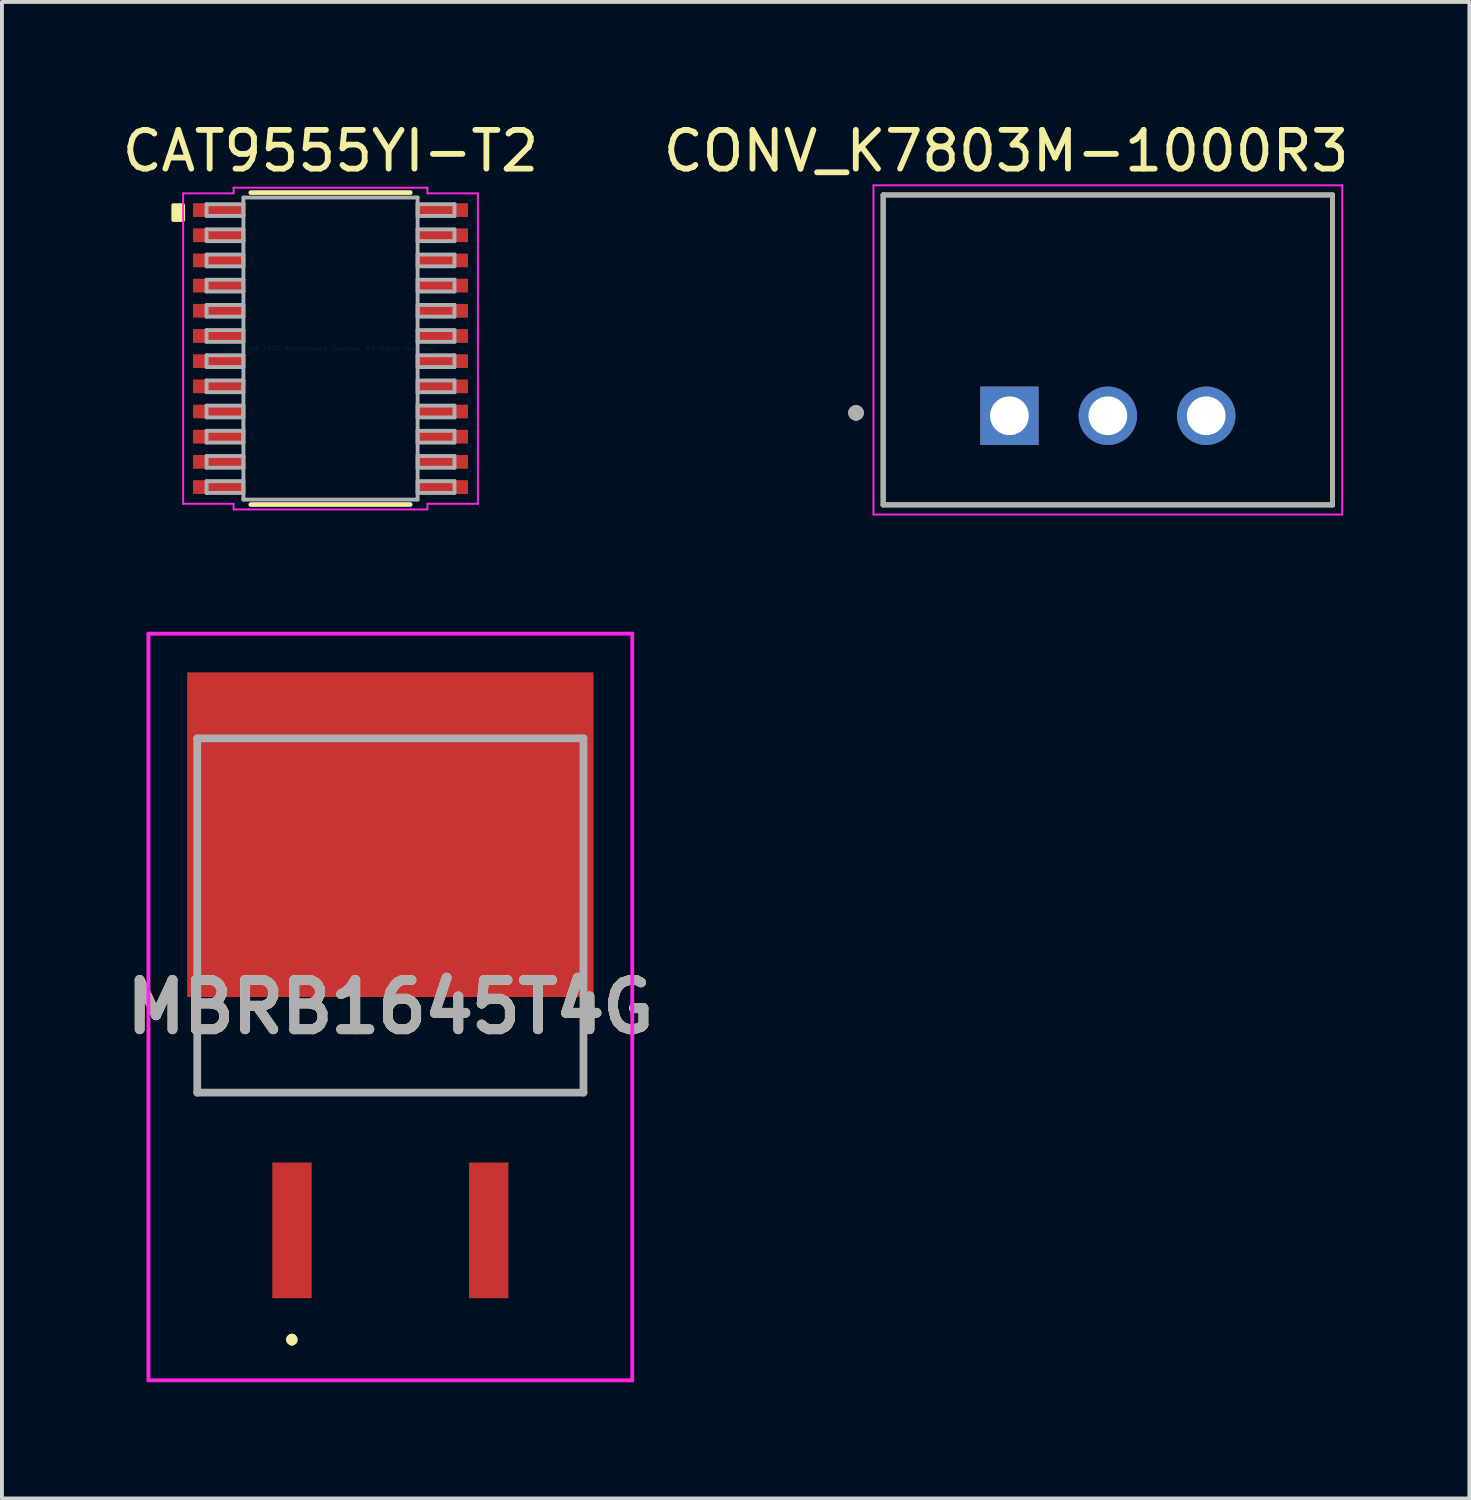
<source format=kicad_pcb>
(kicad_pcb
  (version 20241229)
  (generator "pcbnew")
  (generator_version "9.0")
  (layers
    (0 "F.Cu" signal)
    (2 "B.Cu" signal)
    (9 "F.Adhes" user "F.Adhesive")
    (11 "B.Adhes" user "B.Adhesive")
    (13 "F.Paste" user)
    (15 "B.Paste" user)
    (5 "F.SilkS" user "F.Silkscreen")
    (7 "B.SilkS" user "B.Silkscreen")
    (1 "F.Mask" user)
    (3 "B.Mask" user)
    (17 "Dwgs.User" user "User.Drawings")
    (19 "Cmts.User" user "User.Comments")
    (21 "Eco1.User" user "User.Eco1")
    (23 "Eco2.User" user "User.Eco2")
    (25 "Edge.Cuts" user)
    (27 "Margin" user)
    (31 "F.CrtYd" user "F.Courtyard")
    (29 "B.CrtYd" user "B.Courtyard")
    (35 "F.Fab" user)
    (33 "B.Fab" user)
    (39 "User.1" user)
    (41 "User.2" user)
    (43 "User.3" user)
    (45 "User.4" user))
  (footprint "CONV_K7803M-1000R3"
    (layer "F.Cu")
    (at 25.548 5.983)
    (property "Reference" "CONV_K7803M-1000R3" (at -2.625 -5.135 0) (layer "F.SilkS") (effects (font (size 1 1) (thickness 0.15))))
    (attr through_hole)
    (fp_line (start -5.8 -4) (end 5.8 -4) (stroke (width 0.127) (type solid)) (layer "F.SilkS"))
    (fp_line (start -5.8 4) (end -5.8 -4) (stroke (width 0.127) (type solid)) (layer "F.SilkS"))
    (fp_line (start 5.8 -4) (end 5.8 4) (stroke (width 0.127) (type solid)) (layer "F.SilkS"))
    (fp_line (start 5.8 4) (end -5.8 4) (stroke (width 0.127) (type solid)) (layer "F.SilkS"))
    (fp_circle (center -6.5 1.625) (end -6.4 1.625) (stroke (width 0.2) (type solid)) (fill no) (layer "F.SilkS"))
    (fp_line (start -6.05 -4.25) (end 6.05 -4.25) (stroke (width 0.05) (type solid)) (layer "F.CrtYd"))
    (fp_line (start -6.05 4.25) (end -6.05 -4.25) (stroke (width 0.05) (type solid)) (layer "F.CrtYd"))
    (fp_line (start 6.05 -4.25) (end 6.05 4.25) (stroke (width 0.05) (type solid)) (layer "F.CrtYd"))
    (fp_line (start 6.05 4.25) (end -6.05 4.25) (stroke (width 0.05) (type solid)) (layer "F.CrtYd"))
    (fp_line (start -5.8 -4) (end -5.8 4) (stroke (width 0.127) (type solid)) (layer "F.Fab"))
    (fp_line (start -5.8 -4) (end 5.8 -4) (stroke (width 0.127) (type solid)) (layer "F.Fab"))
    (fp_line (start -5.8 4) (end 5.8 4) (stroke (width 0.127) (type solid)) (layer "F.Fab"))
    (fp_line (start 5.8 4) (end 5.8 -4) (stroke (width 0.127) (type solid)) (layer "F.Fab"))
    (fp_circle (center -6.5 1.625) (end -6.4 1.625) (stroke (width 0.2) (type solid)) (fill no) (layer "F.Fab"))
    (pad "1" thru_hole rect (at -2.54 1.7) (size 1.508 1.508) (drill 1) (layers "*.Cu" "*.Mask"))
    (pad "2" thru_hole circle (at 0 1.7) (size 1.508 1.508) (drill 1) (layers "*.Cu" "*.Mask"))
    (pad "3" thru_hole circle (at 2.54 1.7) (size 1.508 1.508) (drill 1) (layers "*.Cu" "*.Mask")))
  (footprint "MBRB1645T4G"
    (layer "F.Cu")
    (at 7.027 20.582)
    (property "Reference" "MBRB1645T4G" (at 0 2.363 0) (layer "F.SilkS") (effects (font (size 1.27 1.27) (thickness 0.254))))
    (attr smd)
    (fp_line (start -5 2.75) (end -5 4.573) (stroke (width 0.1) (type solid)) (layer "F.SilkS"))
    (fp_line (start -5 4.573) (end -4.985 4.573) (stroke (width 0.1) (type solid)) (layer "F.SilkS"))
    (fp_line (start -4.985 2.75) (end -5 2.75) (stroke (width 0.1) (type solid)) (layer "F.SilkS"))
    (fp_line (start -4.985 4.573) (end -4.985 2.75) (stroke (width 0.1) (type solid)) (layer "F.SilkS"))
    (fp_line (start -4.985 4.573) (end -4.985 4.573) (stroke (width 0.1) (type solid)) (layer "F.SilkS"))
    (fp_line (start -4.985 4.573) (end 4.985 4.573) (stroke (width 0.1) (type solid)) (layer "F.SilkS"))
    (fp_line (start -2.54 10.9) (end -2.54 10.9) (stroke (width 0.2) (type solid)) (layer "F.SilkS"))
    (fp_line (start -2.54 10.9) (end -2.54 10.9) (stroke (width 0.2) (type solid)) (layer "F.SilkS"))
    (fp_line (start -2.54 11) (end -2.54 11) (stroke (width 0.2) (type solid)) (layer "F.SilkS"))
    (fp_line (start 4.985 2.75) (end 4.985 2.75) (stroke (width 0.1) (type solid)) (layer "F.SilkS"))
    (fp_line (start 4.985 2.75) (end 4.985 4.573) (stroke (width 0.1) (type solid)) (layer "F.SilkS"))
    (fp_line (start 4.985 4.573) (end -4.985 4.573) (stroke (width 0.1) (type solid)) (layer "F.SilkS"))
    (fp_line (start 4.985 4.573) (end 4.985 2.75) (stroke (width 0.1) (type solid)) (layer "F.SilkS"))
    (fp_line (start 4.985 4.573) (end 4.985 4.573) (stroke (width 0.1) (type solid)) (layer "F.SilkS"))
    (fp_line (start 4.985 4.573) (end 4.985 4.573) (stroke (width 0.1) (type solid)) (layer "F.SilkS"))
    (fp_arc (start -2.54 10.9) (mid -2.49 10.95) (end -2.54 11) (stroke (width 0.2) (type solid)) (layer "F.SilkS"))
    (fp_arc (start -2.54 11) (mid -2.59 10.95) (end -2.54 10.9) (stroke (width 0.2) (type solid)) (layer "F.SilkS"))
    (fp_arc (start -2.54 11) (mid -2.59 10.95) (end -2.54 10.9) (stroke (width 0.2) (type solid)) (layer "F.SilkS"))
    (fp_line (start -6.245 -7.274) (end 6.245 -7.274) (stroke (width 0.1) (type solid)) (layer "F.CrtYd"))
    (fp_line (start -6.245 12) (end -6.245 -7.274) (stroke (width 0.1) (type solid)) (layer "F.CrtYd"))
    (fp_line (start 6.245 -7.274) (end 6.245 12) (stroke (width 0.1) (type solid)) (layer "F.CrtYd"))
    (fp_line (start 6.245 12) (end -6.245 12) (stroke (width 0.1) (type solid)) (layer "F.CrtYd"))
    (fp_line (start -4.985 -4.572) (end -4.985 4.573) (stroke (width 0.2) (type solid)) (layer "F.Fab"))
    (fp_line (start -4.985 4.573) (end 4.985 4.573) (stroke (width 0.2) (type solid)) (layer "F.Fab"))
    (fp_line (start 4.985 -4.572) (end -4.985 -4.572) (stroke (width 0.2) (type solid)) (layer "F.Fab"))
    (fp_line (start 4.985 4.573) (end 4.985 -4.572) (stroke (width 0.2) (type solid)) (layer "F.Fab"))
    (fp_text user "${REFERENCE}" (at 0 2.363 0) (layer "F.Fab") (effects (font (size 1.27 1.27) (thickness 0.254))))
    (pad "1" smd rect (at -2.54 8.129) (size 1.016 3.504) (layers "F.Cu" "F.Mask" "F.Paste"))
    (pad "2" smd rect (at 0 -2.085 90) (size 8.38 10.49) (layers "F.Cu" "F.Mask" "F.Paste"))
    (pad "3" smd rect (at 2.54 8.129) (size 1.016 3.504) (layers "F.Cu" "F.Mask" "F.Paste")))
  (footprint "CAT9555YI-T2"
    (layer "F.Cu")
    (at 5.482 5.948)
    (property "Reference" "CAT9555YI-T2" (at 0 -5.1 0) (layer "F.SilkS") (effects (font (size 1 1) (thickness 0.15))))
    (attr through_hole)
    (fp_line (start -2.058 4.026) (end 2.058 4.026) (stroke (width 0.12) (type solid)) (layer "F.SilkS"))
    (fp_line (start 2.058 -4.026) (end -2.058 -4.026) (stroke (width 0.12) (type solid)) (layer "F.SilkS"))
    (fp_poly (pts (xy -4.058 -3.7) (xy -4.058 -3.319) (xy -3.804 -3.319) (xy -3.804 -3.7)) (stroke (width 0.1) (type solid)) (fill yes) (layer "F.SilkS"))
    (fp_line (start -3.804 -4.006) (end -2.502 -4.006) (stroke (width 0.05) (type solid)) (layer "F.CrtYd"))
    (fp_line (start -3.804 4.006) (end -3.804 -4.006) (stroke (width 0.05) (type solid)) (layer "F.CrtYd"))
    (fp_line (start -2.502 -4.153) (end 2.502 -4.153) (stroke (width 0.05) (type solid)) (layer "F.CrtYd"))
    (fp_line (start -2.502 -4.006) (end -2.502 -4.153) (stroke (width 0.05) (type solid)) (layer "F.CrtYd"))
    (fp_line (start -2.502 4.006) (end -3.804 4.006) (stroke (width 0.05) (type solid)) (layer "F.CrtYd"))
    (fp_line (start -2.502 4.153) (end -2.502 4.006) (stroke (width 0.05) (type solid)) (layer "F.CrtYd"))
    (fp_line (start 2.502 -4.153) (end 2.502 -4.006) (stroke (width 0.05) (type solid)) (layer "F.CrtYd"))
    (fp_line (start 2.502 -4.006) (end 3.804 -4.006) (stroke (width 0.05) (type solid)) (layer "F.CrtYd"))
    (fp_line (start 2.502 4.006) (end 2.502 4.153) (stroke (width 0.05) (type solid)) (layer "F.CrtYd"))
    (fp_line (start 2.502 4.153) (end -2.502 4.153) (stroke (width 0.05) (type solid)) (layer "F.CrtYd"))
    (fp_line (start 3.804 -4.006) (end 3.804 4.006) (stroke (width 0.05) (type solid)) (layer "F.CrtYd"))
    (fp_line (start 3.804 4.006) (end 2.502 4.006) (stroke (width 0.05) (type solid)) (layer "F.CrtYd"))
    (fp_line (start -3.2 -3.727) (end -3.2 -3.423) (stroke (width 0.1) (type solid)) (layer "F.Fab"))
    (fp_line (start -3.2 -3.423) (end -2.248 -3.423) (stroke (width 0.1) (type solid)) (layer "F.Fab"))
    (fp_line (start -3.2 -3.077) (end -3.2 -2.773) (stroke (width 0.1) (type solid)) (layer "F.Fab"))
    (fp_line (start -3.2 -2.773) (end -2.248 -2.773) (stroke (width 0.1) (type solid)) (layer "F.Fab"))
    (fp_line (start -3.2 -2.427) (end -3.2 -2.123) (stroke (width 0.1) (type solid)) (layer "F.Fab"))
    (fp_line (start -3.2 -2.123) (end -2.248 -2.123) (stroke (width 0.1) (type solid)) (layer "F.Fab"))
    (fp_line (start -3.2 -1.777) (end -3.2 -1.473) (stroke (width 0.1) (type solid)) (layer "F.Fab"))
    (fp_line (start -3.2 -1.473) (end -2.248 -1.473) (stroke (width 0.1) (type solid)) (layer "F.Fab"))
    (fp_line (start -3.2 -1.127) (end -3.2 -0.823) (stroke (width 0.1) (type solid)) (layer "F.Fab"))
    (fp_line (start -3.2 -0.823) (end -2.248 -0.823) (stroke (width 0.1) (type solid)) (layer "F.Fab"))
    (fp_line (start -3.2 -0.477) (end -3.2 -0.173) (stroke (width 0.1) (type solid)) (layer "F.Fab"))
    (fp_line (start -3.2 -0.173) (end -2.248 -0.173) (stroke (width 0.1) (type solid)) (layer "F.Fab"))
    (fp_line (start -3.2 0.173) (end -3.2 0.477) (stroke (width 0.1) (type solid)) (layer "F.Fab"))
    (fp_line (start -3.2 0.477) (end -2.248 0.477) (stroke (width 0.1) (type solid)) (layer "F.Fab"))
    (fp_line (start -3.2 0.823) (end -3.2 1.127) (stroke (width 0.1) (type solid)) (layer "F.Fab"))
    (fp_line (start -3.2 1.127) (end -2.248 1.127) (stroke (width 0.1) (type solid)) (layer "F.Fab"))
    (fp_line (start -3.2 1.473) (end -3.2 1.777) (stroke (width 0.1) (type solid)) (layer "F.Fab"))
    (fp_line (start -3.2 1.777) (end -2.248 1.777) (stroke (width 0.1) (type solid)) (layer "F.Fab"))
    (fp_line (start -3.2 2.123) (end -3.2 2.427) (stroke (width 0.1) (type solid)) (layer "F.Fab"))
    (fp_line (start -3.2 2.427) (end -2.248 2.427) (stroke (width 0.1) (type solid)) (layer "F.Fab"))
    (fp_line (start -3.2 2.773) (end -3.2 3.077) (stroke (width 0.1) (type solid)) (layer "F.Fab"))
    (fp_line (start -3.2 3.077) (end -2.248 3.077) (stroke (width 0.1) (type solid)) (layer "F.Fab"))
    (fp_line (start -3.2 3.423) (end -3.2 3.727) (stroke (width 0.1) (type solid)) (layer "F.Fab"))
    (fp_line (start -3.2 3.727) (end -2.248 3.727) (stroke (width 0.1) (type solid)) (layer "F.Fab"))
    (fp_line (start -2.248 -3.899) (end -2.248 3.899) (stroke (width 0.1) (type solid)) (layer "F.Fab"))
    (fp_line (start -2.248 -3.727) (end -3.2 -3.727) (stroke (width 0.1) (type solid)) (layer "F.Fab"))
    (fp_line (start -2.248 -3.423) (end -2.248 -3.727) (stroke (width 0.1) (type solid)) (layer "F.Fab"))
    (fp_line (start -2.248 -3.077) (end -3.2 -3.077) (stroke (width 0.1) (type solid)) (layer "F.Fab"))
    (fp_line (start -2.248 -2.773) (end -2.248 -3.077) (stroke (width 0.1) (type solid)) (layer "F.Fab"))
    (fp_line (start -2.248 -2.427) (end -3.2 -2.427) (stroke (width 0.1) (type solid)) (layer "F.Fab"))
    (fp_line (start -2.248 -2.123) (end -2.248 -2.427) (stroke (width 0.1) (type solid)) (layer "F.Fab"))
    (fp_line (start -2.248 -1.777) (end -3.2 -1.777) (stroke (width 0.1) (type solid)) (layer "F.Fab"))
    (fp_line (start -2.248 -1.473) (end -2.248 -1.777) (stroke (width 0.1) (type solid)) (layer "F.Fab"))
    (fp_line (start -2.248 -1.127) (end -3.2 -1.127) (stroke (width 0.1) (type solid)) (layer "F.Fab"))
    (fp_line (start -2.248 -0.823) (end -2.248 -1.127) (stroke (width 0.1) (type solid)) (layer "F.Fab"))
    (fp_line (start -2.248 -0.477) (end -3.2 -0.477) (stroke (width 0.1) (type solid)) (layer "F.Fab"))
    (fp_line (start -2.248 -0.173) (end -2.248 -0.477) (stroke (width 0.1) (type solid)) (layer "F.Fab"))
    (fp_line (start -2.248 0.173) (end -3.2 0.173) (stroke (width 0.1) (type solid)) (layer "F.Fab"))
    (fp_line (start -2.248 0.477) (end -2.248 0.173) (stroke (width 0.1) (type solid)) (layer "F.Fab"))
    (fp_line (start -2.248 0.823) (end -3.2 0.823) (stroke (width 0.1) (type solid)) (layer "F.Fab"))
    (fp_line (start -2.248 1.127) (end -2.248 0.823) (stroke (width 0.1) (type solid)) (layer "F.Fab"))
    (fp_line (start -2.248 1.473) (end -3.2 1.473) (stroke (width 0.1) (type solid)) (layer "F.Fab"))
    (fp_line (start -2.248 1.777) (end -2.248 1.473) (stroke (width 0.1) (type solid)) (layer "F.Fab"))
    (fp_line (start -2.248 2.123) (end -3.2 2.123) (stroke (width 0.1) (type solid)) (layer "F.Fab"))
    (fp_line (start -2.248 2.427) (end -2.248 2.123) (stroke (width 0.1) (type solid)) (layer "F.Fab"))
    (fp_line (start -2.248 2.773) (end -3.2 2.773) (stroke (width 0.1) (type solid)) (layer "F.Fab"))
    (fp_line (start -2.248 3.077) (end -2.248 2.773) (stroke (width 0.1) (type solid)) (layer "F.Fab"))
    (fp_line (start -2.248 3.423) (end -3.2 3.423) (stroke (width 0.1) (type solid)) (layer "F.Fab"))
    (fp_line (start -2.248 3.727) (end -2.248 3.423) (stroke (width 0.1) (type solid)) (layer "F.Fab"))
    (fp_line (start -2.248 3.899) (end 2.248 3.899) (stroke (width 0.1) (type solid)) (layer "F.Fab"))
    (fp_line (start 2.248 -3.899) (end -2.248 -3.899) (stroke (width 0.1) (type solid)) (layer "F.Fab"))
    (fp_line (start 2.248 -3.727) (end 2.248 -3.423) (stroke (width 0.1) (type solid)) (layer "F.Fab"))
    (fp_line (start 2.248 -3.423) (end 3.2 -3.423) (stroke (width 0.1) (type solid)) (layer "F.Fab"))
    (fp_line (start 2.248 -3.077) (end 2.248 -2.773) (stroke (width 0.1) (type solid)) (layer "F.Fab"))
    (fp_line (start 2.248 -2.773) (end 3.2 -2.773) (stroke (width 0.1) (type solid)) (layer "F.Fab"))
    (fp_line (start 2.248 -2.427) (end 2.248 -2.123) (stroke (width 0.1) (type solid)) (layer "F.Fab"))
    (fp_line (start 2.248 -2.123) (end 3.2 -2.123) (stroke (width 0.1) (type solid)) (layer "F.Fab"))
    (fp_line (start 2.248 -1.777) (end 2.248 -1.473) (stroke (width 0.1) (type solid)) (layer "F.Fab"))
    (fp_line (start 2.248 -1.473) (end 3.2 -1.473) (stroke (width 0.1) (type solid)) (layer "F.Fab"))
    (fp_line (start 2.248 -1.127) (end 2.248 -0.823) (stroke (width 0.1) (type solid)) (layer "F.Fab"))
    (fp_line (start 2.248 -0.823) (end 3.2 -0.823) (stroke (width 0.1) (type solid)) (layer "F.Fab"))
    (fp_line (start 2.248 -0.477) (end 2.248 -0.173) (stroke (width 0.1) (type solid)) (layer "F.Fab"))
    (fp_line (start 2.248 -0.173) (end 3.2 -0.173) (stroke (width 0.1) (type solid)) (layer "F.Fab"))
    (fp_line (start 2.248 0.173) (end 2.248 0.477) (stroke (width 0.1) (type solid)) (layer "F.Fab"))
    (fp_line (start 2.248 0.477) (end 3.2 0.477) (stroke (width 0.1) (type solid)) (layer "F.Fab"))
    (fp_line (start 2.248 0.823) (end 2.248 1.127) (stroke (width 0.1) (type solid)) (layer "F.Fab"))
    (fp_line (start 2.248 1.127) (end 3.2 1.127) (stroke (width 0.1) (type solid)) (layer "F.Fab"))
    (fp_line (start 2.248 1.473) (end 2.248 1.777) (stroke (width 0.1) (type solid)) (layer "F.Fab"))
    (fp_line (start 2.248 1.777) (end 3.2 1.777) (stroke (width 0.1) (type solid)) (layer "F.Fab"))
    (fp_line (start 2.248 2.123) (end 2.248 2.427) (stroke (width 0.1) (type solid)) (layer "F.Fab"))
    (fp_line (start 2.248 2.427) (end 3.2 2.427) (stroke (width 0.1) (type solid)) (layer "F.Fab"))
    (fp_line (start 2.248 2.773) (end 2.248 3.077) (stroke (width 0.1) (type solid)) (layer "F.Fab"))
    (fp_line (start 2.248 3.077) (end 3.2 3.077) (stroke (width 0.1) (type solid)) (layer "F.Fab"))
    (fp_line (start 2.248 3.423) (end 2.248 3.727) (stroke (width 0.1) (type solid)) (layer "F.Fab"))
    (fp_line (start 2.248 3.727) (end 3.2 3.727) (stroke (width 0.1) (type solid)) (layer "F.Fab"))
    (fp_line (start 2.248 3.899) (end 2.248 -3.899) (stroke (width 0.1) (type solid)) (layer "F.Fab"))
    (fp_line (start 3.2 -3.727) (end 2.248 -3.727) (stroke (width 0.1) (type solid)) (layer "F.Fab"))
    (fp_line (start 3.2 -3.423) (end 3.2 -3.727) (stroke (width 0.1) (type solid)) (layer "F.Fab"))
    (fp_line (start 3.2 -3.077) (end 2.248 -3.077) (stroke (width 0.1) (type solid)) (layer "F.Fab"))
    (fp_line (start 3.2 -2.773) (end 3.2 -3.077) (stroke (width 0.1) (type solid)) (layer "F.Fab"))
    (fp_line (start 3.2 -2.427) (end 2.248 -2.427) (stroke (width 0.1) (type solid)) (layer "F.Fab"))
    (fp_line (start 3.2 -2.123) (end 3.2 -2.427) (stroke (width 0.1) (type solid)) (layer "F.Fab"))
    (fp_line (start 3.2 -1.777) (end 2.248 -1.777) (stroke (width 0.1) (type solid)) (layer "F.Fab"))
    (fp_line (start 3.2 -1.473) (end 3.2 -1.777) (stroke (width 0.1) (type solid)) (layer "F.Fab"))
    (fp_line (start 3.2 -1.127) (end 2.248 -1.127) (stroke (width 0.1) (type solid)) (layer "F.Fab"))
    (fp_line (start 3.2 -0.823) (end 3.2 -1.127) (stroke (width 0.1) (type solid)) (layer "F.Fab"))
    (fp_line (start 3.2 -0.477) (end 2.248 -0.477) (stroke (width 0.1) (type solid)) (layer "F.Fab"))
    (fp_line (start 3.2 -0.173) (end 3.2 -0.477) (stroke (width 0.1) (type solid)) (layer "F.Fab"))
    (fp_line (start 3.2 0.173) (end 2.248 0.173) (stroke (width 0.1) (type solid)) (layer "F.Fab"))
    (fp_line (start 3.2 0.477) (end 3.2 0.173) (stroke (width 0.1) (type solid)) (layer "F.Fab"))
    (fp_line (start 3.2 0.823) (end 2.248 0.823) (stroke (width 0.1) (type solid)) (layer "F.Fab"))
    (fp_line (start 3.2 1.127) (end 3.2 0.823) (stroke (width 0.1) (type solid)) (layer "F.Fab"))
    (fp_line (start 3.2 1.473) (end 2.248 1.473) (stroke (width 0.1) (type solid)) (layer "F.Fab"))
    (fp_line (start 3.2 1.777) (end 3.2 1.473) (stroke (width 0.1) (type solid)) (layer "F.Fab"))
    (fp_line (start 3.2 2.123) (end 2.248 2.123) (stroke (width 0.1) (type solid)) (layer "F.Fab"))
    (fp_line (start 3.2 2.427) (end 3.2 2.123) (stroke (width 0.1) (type solid)) (layer "F.Fab"))
    (fp_line (start 3.2 2.773) (end 2.248 2.773) (stroke (width 0.1) (type solid)) (layer "F.Fab"))
    (fp_line (start 3.2 3.077) (end 3.2 2.773) (stroke (width 0.1) (type solid)) (layer "F.Fab"))
    (fp_line (start 3.2 3.423) (end 2.248 3.423) (stroke (width 0.1) (type solid)) (layer "F.Fab"))
    (fp_line (start 3.2 3.727) (end 3.2 3.423) (stroke (width 0.1) (type solid)) (layer "F.Fab"))
    (fp_text user "Copyright 2021 Accelerated Designs. All rights reserved." (at 0 0 0) (layer "Cmts.User") (effects (font (size 0.127 0.127) (thickness 0.002))))
    (pad "1" smd rect (at -2.899 -3.575) (size 1.302 0.355) (layers "F.Cu" "F.Mask" "F.Paste"))
    (pad "2" smd rect (at -2.899 -2.925) (size 1.302 0.355) (layers "F.Cu" "F.Mask" "F.Paste"))
    (pad "3" smd rect (at -2.899 -2.275) (size 1.302 0.355) (layers "F.Cu" "F.Mask" "F.Paste"))
    (pad "4" smd rect (at -2.899 -1.625) (size 1.302 0.355) (layers "F.Cu" "F.Mask" "F.Paste"))
    (pad "5" smd rect (at -2.899 -0.975) (size 1.302 0.355) (layers "F.Cu" "F.Mask" "F.Paste"))
    (pad "6" smd rect (at -2.899 -0.325) (size 1.302 0.355) (layers "F.Cu" "F.Mask" "F.Paste"))
    (pad "7" smd rect (at -2.899 0.325) (size 1.302 0.355) (layers "F.Cu" "F.Mask" "F.Paste"))
    (pad "8" smd rect (at -2.899 0.975) (size 1.302 0.355) (layers "F.Cu" "F.Mask" "F.Paste"))
    (pad "9" smd rect (at -2.899 1.625) (size 1.302 0.355) (layers "F.Cu" "F.Mask" "F.Paste"))
    (pad "10" smd rect (at -2.899 2.275) (size 1.302 0.355) (layers "F.Cu" "F.Mask" "F.Paste"))
    (pad "11" smd rect (at -2.899 2.925) (size 1.302 0.355) (layers "F.Cu" "F.Mask" "F.Paste"))
    (pad "12" smd rect (at -2.899 3.575) (size 1.302 0.355) (layers "F.Cu" "F.Mask" "F.Paste"))
    (pad "13" smd rect (at 2.899 3.575) (size 1.302 0.355) (layers "F.Cu" "F.Mask" "F.Paste"))
    (pad "14" smd rect (at 2.899 2.925) (size 1.302 0.355) (layers "F.Cu" "F.Mask" "F.Paste"))
    (pad "15" smd rect (at 2.899 2.275) (size 1.302 0.355) (layers "F.Cu" "F.Mask" "F.Paste"))
    (pad "16" smd rect (at 2.899 1.625) (size 1.302 0.355) (layers "F.Cu" "F.Mask" "F.Paste"))
    (pad "17" smd rect (at 2.899 0.975) (size 1.302 0.355) (layers "F.Cu" "F.Mask" "F.Paste"))
    (pad "18" smd rect (at 2.899 0.325) (size 1.302 0.355) (layers "F.Cu" "F.Mask" "F.Paste"))
    (pad "19" smd rect (at 2.899 -0.325) (size 1.302 0.355) (layers "F.Cu" "F.Mask" "F.Paste"))
    (pad "20" smd rect (at 2.899 -0.975) (size 1.302 0.355) (layers "F.Cu" "F.Mask" "F.Paste"))
    (pad "21" smd rect (at 2.899 -1.625) (size 1.302 0.355) (layers "F.Cu" "F.Mask" "F.Paste"))
    (pad "22" smd rect (at 2.899 -2.275) (size 1.302 0.355) (layers "F.Cu" "F.Mask" "F.Paste"))
    (pad "23" smd rect (at 2.899 -2.925) (size 1.302 0.355) (layers "F.Cu" "F.Mask" "F.Paste"))
    (pad "24" smd rect (at 2.899 -3.575) (size 1.302 0.355) (layers "F.Cu" "F.Mask" "F.Paste")))
  (gr_rect
    (start -3 -3)
    (end 34.881 35.632)
    (stroke (width 0.1) (type default))
    (fill no)
    (layer "Edge.Cuts")))
</source>
